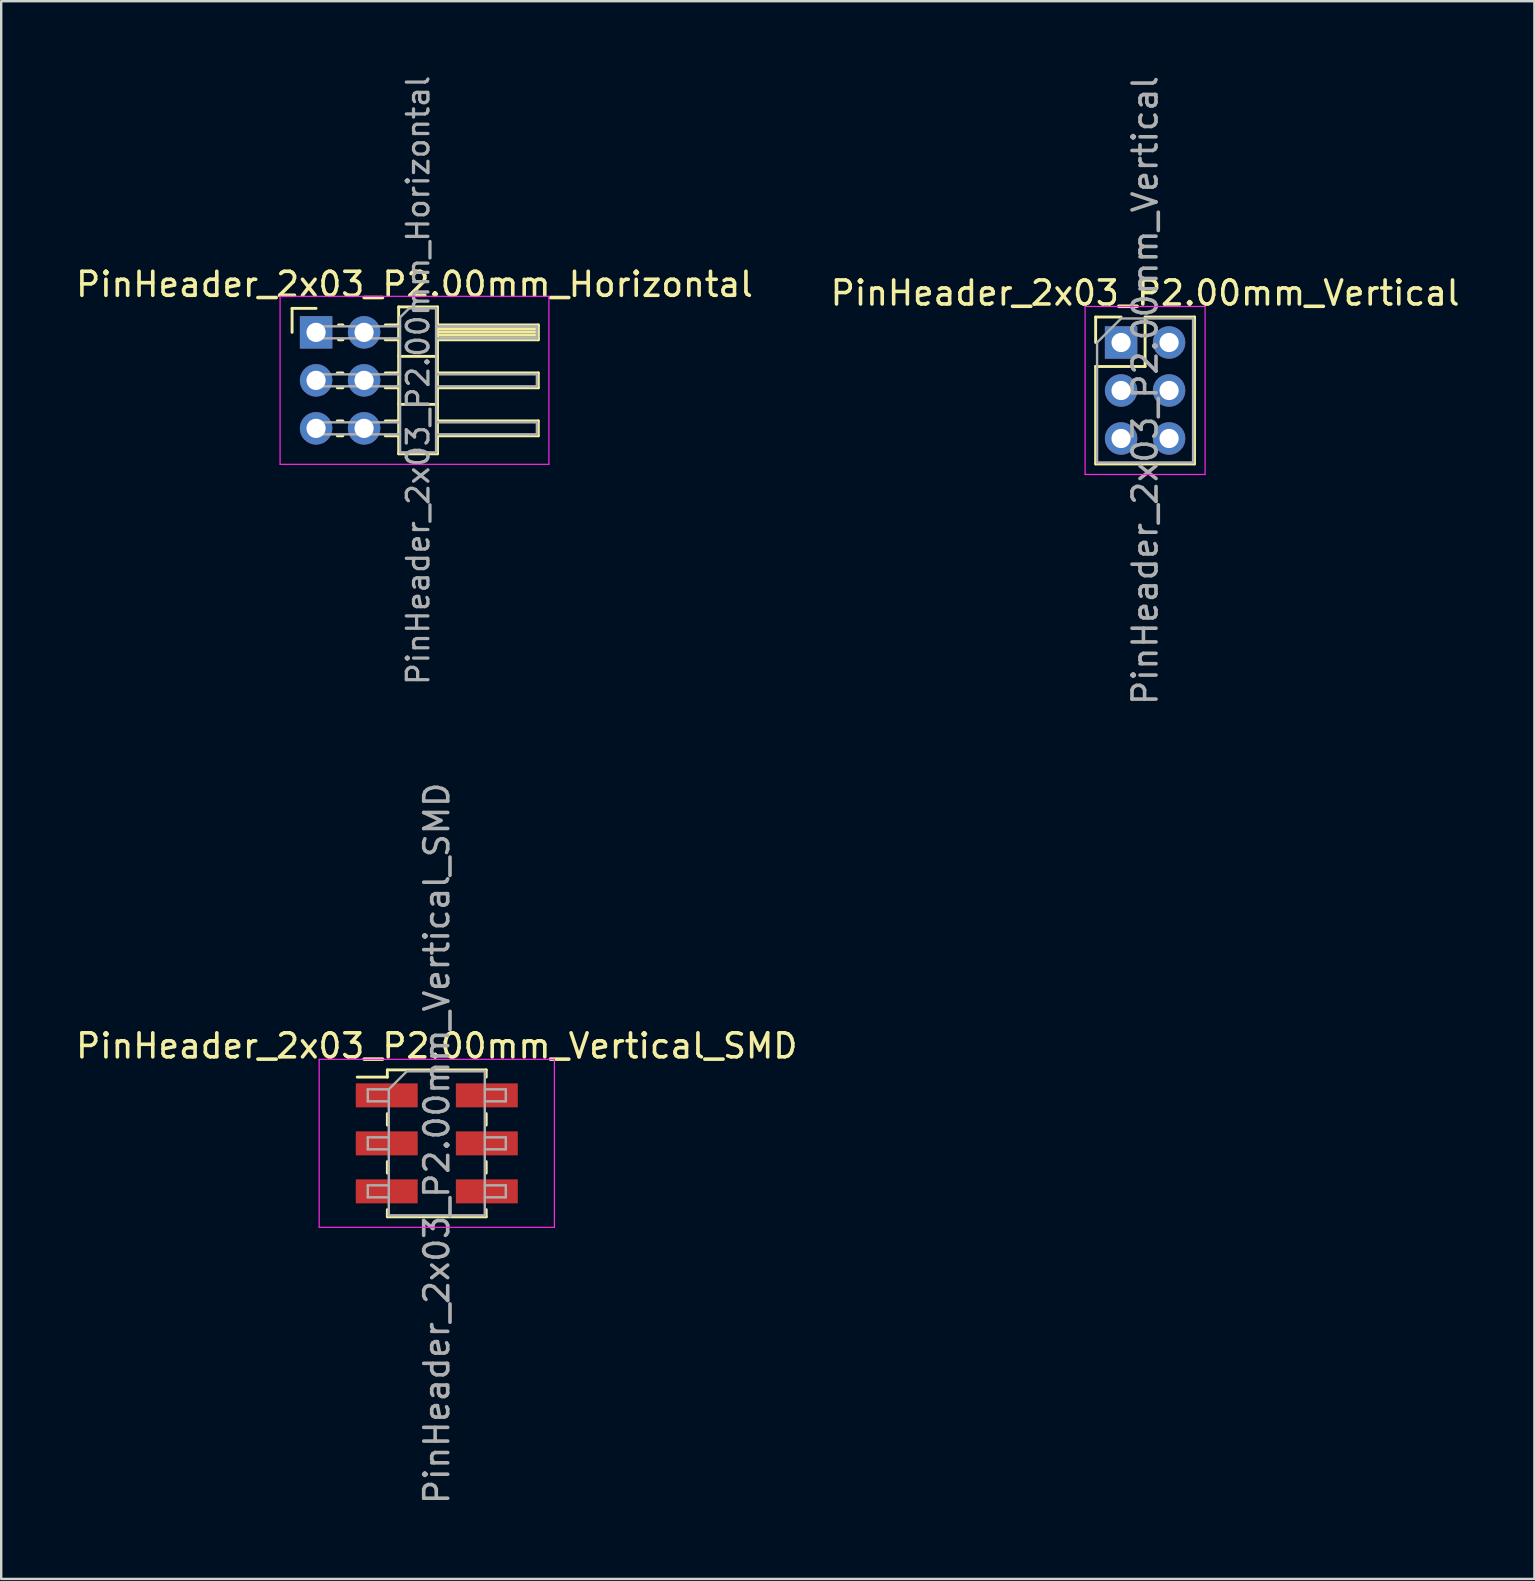
<source format=kicad_pcb>
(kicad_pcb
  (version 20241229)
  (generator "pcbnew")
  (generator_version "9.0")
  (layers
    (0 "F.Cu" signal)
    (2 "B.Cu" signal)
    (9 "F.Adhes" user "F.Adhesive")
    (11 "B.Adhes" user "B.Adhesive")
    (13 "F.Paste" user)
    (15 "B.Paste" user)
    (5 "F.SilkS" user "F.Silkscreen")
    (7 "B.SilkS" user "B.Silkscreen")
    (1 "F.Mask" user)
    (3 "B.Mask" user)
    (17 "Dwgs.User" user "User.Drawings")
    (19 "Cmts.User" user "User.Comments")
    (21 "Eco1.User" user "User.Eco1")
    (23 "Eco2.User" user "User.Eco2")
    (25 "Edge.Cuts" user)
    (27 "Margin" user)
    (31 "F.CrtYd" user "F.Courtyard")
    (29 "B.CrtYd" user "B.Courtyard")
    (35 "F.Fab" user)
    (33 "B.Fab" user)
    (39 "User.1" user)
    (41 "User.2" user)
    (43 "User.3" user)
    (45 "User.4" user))
  (footprint "PinHeader_2x03_P2.00mm_Horizontal"
    (layer "F.Cu")
    (at 10.12 10.798)
    (property "Reference" "PinHeader_2x03_P2.00mm_Horizontal" (at 4.1 -2 0) (layer "F.SilkS") (effects (font (size 1 1) (thickness 0.15))))
    (attr through_hole)
    (fp_line (start -1 -1) (end 0 -1) (stroke (width 0.12) (type solid)) (layer "F.SilkS"))
    (fp_line (start -1 0) (end -1 -1) (stroke (width 0.12) (type solid)) (layer "F.SilkS"))
    (fp_line (start 0.882 1.69) (end 1.118 1.69) (stroke (width 0.12) (type solid)) (layer "F.SilkS"))
    (fp_line (start 0.882 2.31) (end 1.118 2.31) (stroke (width 0.12) (type solid)) (layer "F.SilkS"))
    (fp_line (start 0.882 3.69) (end 1.118 3.69) (stroke (width 0.12) (type solid)) (layer "F.SilkS"))
    (fp_line (start 0.882 4.31) (end 1.118 4.31) (stroke (width 0.12) (type solid)) (layer "F.SilkS"))
    (fp_line (start 0.935 -0.31) (end 1.118 -0.31) (stroke (width 0.12) (type solid)) (layer "F.SilkS"))
    (fp_line (start 0.935 0.31) (end 1.118 0.31) (stroke (width 0.12) (type solid)) (layer "F.SilkS"))
    (fp_line (start 2.882 -0.31) (end 3.44 -0.31) (stroke (width 0.12) (type solid)) (layer "F.SilkS"))
    (fp_line (start 2.882 0.31) (end 3.44 0.31) (stroke (width 0.12) (type solid)) (layer "F.SilkS"))
    (fp_line (start 2.882 1.69) (end 3.44 1.69) (stroke (width 0.12) (type solid)) (layer "F.SilkS"))
    (fp_line (start 2.882 2.31) (end 3.44 2.31) (stroke (width 0.12) (type solid)) (layer "F.SilkS"))
    (fp_line (start 2.882 3.69) (end 3.44 3.69) (stroke (width 0.12) (type solid)) (layer "F.SilkS"))
    (fp_line (start 2.882 4.31) (end 3.44 4.31) (stroke (width 0.12) (type solid)) (layer "F.SilkS"))
    (fp_line (start 3.44 -1.06) (end 3.44 5.06) (stroke (width 0.12) (type solid)) (layer "F.SilkS"))
    (fp_line (start 3.44 1) (end 5.06 1) (stroke (width 0.12) (type solid)) (layer "F.SilkS"))
    (fp_line (start 3.44 3) (end 5.06 3) (stroke (width 0.12) (type solid)) (layer "F.SilkS"))
    (fp_line (start 3.44 5.06) (end 5.06 5.06) (stroke (width 0.12) (type solid)) (layer "F.SilkS"))
    (fp_line (start 5.06 -1.06) (end 3.44 -1.06) (stroke (width 0.12) (type solid)) (layer "F.SilkS"))
    (fp_line (start 5.06 -0.31) (end 9.26 -0.31) (stroke (width 0.12) (type solid)) (layer "F.SilkS"))
    (fp_line (start 5.06 -0.25) (end 9.26 -0.25) (stroke (width 0.12) (type solid)) (layer "F.SilkS"))
    (fp_line (start 5.06 -0.13) (end 9.26 -0.13) (stroke (width 0.12) (type solid)) (layer "F.SilkS"))
    (fp_line (start 5.06 -0.01) (end 9.26 -0.01) (stroke (width 0.12) (type solid)) (layer "F.SilkS"))
    (fp_line (start 5.06 0.11) (end 9.26 0.11) (stroke (width 0.12) (type solid)) (layer "F.SilkS"))
    (fp_line (start 5.06 0.23) (end 9.26 0.23) (stroke (width 0.12) (type solid)) (layer "F.SilkS"))
    (fp_line (start 5.06 1.69) (end 9.26 1.69) (stroke (width 0.12) (type solid)) (layer "F.SilkS"))
    (fp_line (start 5.06 3.69) (end 9.26 3.69) (stroke (width 0.12) (type solid)) (layer "F.SilkS"))
    (fp_line (start 5.06 5.06) (end 5.06 -1.06) (stroke (width 0.12) (type solid)) (layer "F.SilkS"))
    (fp_line (start 9.26 -0.31) (end 9.26 0.31) (stroke (width 0.12) (type solid)) (layer "F.SilkS"))
    (fp_line (start 9.26 0.31) (end 5.06 0.31) (stroke (width 0.12) (type solid)) (layer "F.SilkS"))
    (fp_line (start 9.26 1.69) (end 9.26 2.31) (stroke (width 0.12) (type solid)) (layer "F.SilkS"))
    (fp_line (start 9.26 2.31) (end 5.06 2.31) (stroke (width 0.12) (type solid)) (layer "F.SilkS"))
    (fp_line (start 9.26 3.69) (end 9.26 4.31) (stroke (width 0.12) (type solid)) (layer "F.SilkS"))
    (fp_line (start 9.26 4.31) (end 5.06 4.31) (stroke (width 0.12) (type solid)) (layer "F.SilkS"))
    (fp_line (start -1.5 -1.5) (end -1.5 5.5) (stroke (width 0.05) (type solid)) (layer "F.CrtYd"))
    (fp_line (start -1.5 5.5) (end 9.7 5.5) (stroke (width 0.05) (type solid)) (layer "F.CrtYd"))
    (fp_line (start 9.7 -1.5) (end -1.5 -1.5) (stroke (width 0.05) (type solid)) (layer "F.CrtYd"))
    (fp_line (start 9.7 5.5) (end 9.7 -1.5) (stroke (width 0.05) (type solid)) (layer "F.CrtYd"))
    (fp_line (start -0.25 -0.25) (end -0.25 0.25) (stroke (width 0.1) (type solid)) (layer "F.Fab"))
    (fp_line (start -0.25 -0.25) (end 3.5 -0.25) (stroke (width 0.1) (type solid)) (layer "F.Fab"))
    (fp_line (start -0.25 0.25) (end 3.5 0.25) (stroke (width 0.1) (type solid)) (layer "F.Fab"))
    (fp_line (start -0.25 1.75) (end -0.25 2.25) (stroke (width 0.1) (type solid)) (layer "F.Fab"))
    (fp_line (start -0.25 1.75) (end 3.5 1.75) (stroke (width 0.1) (type solid)) (layer "F.Fab"))
    (fp_line (start -0.25 2.25) (end 3.5 2.25) (stroke (width 0.1) (type solid)) (layer "F.Fab"))
    (fp_line (start -0.25 3.75) (end -0.25 4.25) (stroke (width 0.1) (type solid)) (layer "F.Fab"))
    (fp_line (start -0.25 3.75) (end 3.5 3.75) (stroke (width 0.1) (type solid)) (layer "F.Fab"))
    (fp_line (start -0.25 4.25) (end 3.5 4.25) (stroke (width 0.1) (type solid)) (layer "F.Fab"))
    (fp_line (start 3.5 -0.625) (end 3.875 -1) (stroke (width 0.1) (type solid)) (layer "F.Fab"))
    (fp_line (start 3.5 5) (end 3.5 -0.625) (stroke (width 0.1) (type solid)) (layer "F.Fab"))
    (fp_line (start 3.875 -1) (end 5 -1) (stroke (width 0.1) (type solid)) (layer "F.Fab"))
    (fp_line (start 5 -1) (end 5 5) (stroke (width 0.1) (type solid)) (layer "F.Fab"))
    (fp_line (start 5 -0.25) (end 9.2 -0.25) (stroke (width 0.1) (type solid)) (layer "F.Fab"))
    (fp_line (start 5 0.25) (end 9.2 0.25) (stroke (width 0.1) (type solid)) (layer "F.Fab"))
    (fp_line (start 5 1.75) (end 9.2 1.75) (stroke (width 0.1) (type solid)) (layer "F.Fab"))
    (fp_line (start 5 2.25) (end 9.2 2.25) (stroke (width 0.1) (type solid)) (layer "F.Fab"))
    (fp_line (start 5 3.75) (end 9.2 3.75) (stroke (width 0.1) (type solid)) (layer "F.Fab"))
    (fp_line (start 5 4.25) (end 9.2 4.25) (stroke (width 0.1) (type solid)) (layer "F.Fab"))
    (fp_line (start 5 5) (end 3.5 5) (stroke (width 0.1) (type solid)) (layer "F.Fab"))
    (fp_line (start 9.2 -0.25) (end 9.2 0.25) (stroke (width 0.1) (type solid)) (layer "F.Fab"))
    (fp_line (start 9.2 1.75) (end 9.2 2.25) (stroke (width 0.1) (type solid)) (layer "F.Fab"))
    (fp_line (start 9.2 3.75) (end 9.2 4.25) (stroke (width 0.1) (type solid)) (layer "F.Fab"))
    (fp_text user "${REFERENCE}" (at 4.25 2 90) (layer "F.Fab") (effects (font (size 0.9 0.9) (thickness 0.135))))
    (pad "1" thru_hole rect (at 0 0) (size 1.35 1.35) (drill 0.8) (layers "*.Cu" "*.Mask"))
    (pad "2" thru_hole oval (at 2 0) (size 1.35 1.35) (drill 0.8) (layers "*.Cu" "*.Mask"))
    (pad "3" thru_hole oval (at 0 2) (size 1.35 1.35) (drill 0.8) (layers "*.Cu" "*.Mask"))
    (pad "4" thru_hole oval (at 2 2) (size 1.35 1.35) (drill 0.8) (layers "*.Cu" "*.Mask"))
    (pad "5" thru_hole oval (at 0 4) (size 1.35 1.35) (drill 0.8) (layers "*.Cu" "*.Mask"))
    (pad "6" thru_hole oval (at 2 4) (size 1.35 1.35) (drill 0.8) (layers "*.Cu" "*.Mask")))
  (footprint "PinHeader_2x03_P2.00mm_Vertical"
    (layer "F.Cu")
    (at 43.661 11.22)
    (property "Reference" "PinHeader_2x03_P2.00mm_Vertical" (at 1 -2.06 0) (layer "F.SilkS") (effects (font (size 1 1) (thickness 0.15))))
    (attr through_hole)
    (fp_line (start -1.06 -1.06) (end 0 -1.06) (stroke (width 0.12) (type solid)) (layer "F.SilkS"))
    (fp_line (start -1.06 0) (end -1.06 -1.06) (stroke (width 0.12) (type solid)) (layer "F.SilkS"))
    (fp_line (start -1.06 1) (end -1.06 5.06) (stroke (width 0.12) (type solid)) (layer "F.SilkS"))
    (fp_line (start -1.06 1) (end 1 1) (stroke (width 0.12) (type solid)) (layer "F.SilkS"))
    (fp_line (start -1.06 5.06) (end 3.06 5.06) (stroke (width 0.12) (type solid)) (layer "F.SilkS"))
    (fp_line (start 1 -1.06) (end 3.06 -1.06) (stroke (width 0.12) (type solid)) (layer "F.SilkS"))
    (fp_line (start 1 1) (end 1 -1.06) (stroke (width 0.12) (type solid)) (layer "F.SilkS"))
    (fp_line (start 3.06 -1.06) (end 3.06 5.06) (stroke (width 0.12) (type solid)) (layer "F.SilkS"))
    (fp_line (start -1.5 -1.5) (end -1.5 5.5) (stroke (width 0.05) (type solid)) (layer "F.CrtYd"))
    (fp_line (start -1.5 5.5) (end 3.5 5.5) (stroke (width 0.05) (type solid)) (layer "F.CrtYd"))
    (fp_line (start 3.5 -1.5) (end -1.5 -1.5) (stroke (width 0.05) (type solid)) (layer "F.CrtYd"))
    (fp_line (start 3.5 5.5) (end 3.5 -1.5) (stroke (width 0.05) (type solid)) (layer "F.CrtYd"))
    (fp_line (start -1 0) (end 0 -1) (stroke (width 0.1) (type solid)) (layer "F.Fab"))
    (fp_line (start -1 5) (end -1 0) (stroke (width 0.1) (type solid)) (layer "F.Fab"))
    (fp_line (start 0 -1) (end 3 -1) (stroke (width 0.1) (type solid)) (layer "F.Fab"))
    (fp_line (start 3 -1) (end 3 5) (stroke (width 0.1) (type solid)) (layer "F.Fab"))
    (fp_line (start 3 5) (end -1 5) (stroke (width 0.1) (type solid)) (layer "F.Fab"))
    (fp_text user "${REFERENCE}" (at 1 2 90) (layer "F.Fab") (effects (font (size 1 1) (thickness 0.15))))
    (pad "1" thru_hole rect (at 0 0) (size 1.35 1.35) (drill 0.8) (layers "*.Cu" "*.Mask"))
    (pad "2" thru_hole oval (at 2 0) (size 1.35 1.35) (drill 0.8) (layers "*.Cu" "*.Mask"))
    (pad "3" thru_hole oval (at 0 2) (size 1.35 1.35) (drill 0.8) (layers "*.Cu" "*.Mask"))
    (pad "4" thru_hole oval (at 2 2) (size 1.35 1.35) (drill 0.8) (layers "*.Cu" "*.Mask"))
    (pad "5" thru_hole oval (at 0 4) (size 1.35 1.35) (drill 0.8) (layers "*.Cu" "*.Mask"))
    (pad "6" thru_hole oval (at 2 4) (size 1.35 1.35) (drill 0.8) (layers "*.Cu" "*.Mask")))
  (footprint "PinHeader_2x03_P2.00mm_Vertical_SMD"
    (layer "F.Cu")
    (at 15.149 44.589)
    (property "Reference" "PinHeader_2x03_P2.00mm_Vertical_SMD" (at 0 -4.06 0) (layer "F.SilkS") (effects (font (size 1 1) (thickness 0.15))))
    (attr smd)
    (fp_line (start -3.315 -2.76) (end -2.06 -2.76) (stroke (width 0.12) (type solid)) (layer "F.SilkS"))
    (fp_line (start -2.06 -3.06) (end -2.06 -2.76) (stroke (width 0.12) (type solid)) (layer "F.SilkS"))
    (fp_line (start -2.06 -3.06) (end 2.06 -3.06) (stroke (width 0.12) (type solid)) (layer "F.SilkS"))
    (fp_line (start -2.06 -1.24) (end -2.06 -0.76) (stroke (width 0.12) (type solid)) (layer "F.SilkS"))
    (fp_line (start -2.06 0.76) (end -2.06 1.24) (stroke (width 0.12) (type solid)) (layer "F.SilkS"))
    (fp_line (start -2.06 2.76) (end -2.06 3.06) (stroke (width 0.12) (type solid)) (layer "F.SilkS"))
    (fp_line (start -2.06 3.06) (end 2.06 3.06) (stroke (width 0.12) (type solid)) (layer "F.SilkS"))
    (fp_line (start 2.06 -3.06) (end 2.06 -2.76) (stroke (width 0.12) (type solid)) (layer "F.SilkS"))
    (fp_line (start 2.06 -1.24) (end 2.06 -0.76) (stroke (width 0.12) (type solid)) (layer "F.SilkS"))
    (fp_line (start 2.06 0.76) (end 2.06 1.24) (stroke (width 0.12) (type solid)) (layer "F.SilkS"))
    (fp_line (start 2.06 2.76) (end 2.06 3.06) (stroke (width 0.12) (type solid)) (layer "F.SilkS"))
    (fp_line (start -4.9 -3.5) (end -4.9 3.5) (stroke (width 0.05) (type solid)) (layer "F.CrtYd"))
    (fp_line (start -4.9 3.5) (end 4.9 3.5) (stroke (width 0.05) (type solid)) (layer "F.CrtYd"))
    (fp_line (start 4.9 -3.5) (end -4.9 -3.5) (stroke (width 0.05) (type solid)) (layer "F.CrtYd"))
    (fp_line (start 4.9 3.5) (end 4.9 -3.5) (stroke (width 0.05) (type solid)) (layer "F.CrtYd"))
    (fp_line (start -2.875 -2.25) (end -2.875 -1.75) (stroke (width 0.1) (type solid)) (layer "F.Fab"))
    (fp_line (start -2.875 -1.75) (end -2 -1.75) (stroke (width 0.1) (type solid)) (layer "F.Fab"))
    (fp_line (start -2.875 -0.25) (end -2.875 0.25) (stroke (width 0.1) (type solid)) (layer "F.Fab"))
    (fp_line (start -2.875 0.25) (end -2 0.25) (stroke (width 0.1) (type solid)) (layer "F.Fab"))
    (fp_line (start -2.875 1.75) (end -2.875 2.25) (stroke (width 0.1) (type solid)) (layer "F.Fab"))
    (fp_line (start -2.875 2.25) (end -2 2.25) (stroke (width 0.1) (type solid)) (layer "F.Fab"))
    (fp_line (start -2 -2.25) (end -2.875 -2.25) (stroke (width 0.1) (type solid)) (layer "F.Fab"))
    (fp_line (start -2 -2.25) (end -1.25 -3) (stroke (width 0.1) (type solid)) (layer "F.Fab"))
    (fp_line (start -2 -0.25) (end -2.875 -0.25) (stroke (width 0.1) (type solid)) (layer "F.Fab"))
    (fp_line (start -2 1.75) (end -2.875 1.75) (stroke (width 0.1) (type solid)) (layer "F.Fab"))
    (fp_line (start -2 3) (end -2 -2.25) (stroke (width 0.1) (type solid)) (layer "F.Fab"))
    (fp_line (start -1.25 -3) (end 2 -3) (stroke (width 0.1) (type solid)) (layer "F.Fab"))
    (fp_line (start 2 -3) (end 2 3) (stroke (width 0.1) (type solid)) (layer "F.Fab"))
    (fp_line (start 2 -2.25) (end 2.875 -2.25) (stroke (width 0.1) (type solid)) (layer "F.Fab"))
    (fp_line (start 2 -0.25) (end 2.875 -0.25) (stroke (width 0.1) (type solid)) (layer "F.Fab"))
    (fp_line (start 2 1.75) (end 2.875 1.75) (stroke (width 0.1) (type solid)) (layer "F.Fab"))
    (fp_line (start 2 3) (end -2 3) (stroke (width 0.1) (type solid)) (layer "F.Fab"))
    (fp_line (start 2.875 -2.25) (end 2.875 -1.75) (stroke (width 0.1) (type solid)) (layer "F.Fab"))
    (fp_line (start 2.875 -1.75) (end 2 -1.75) (stroke (width 0.1) (type solid)) (layer "F.Fab"))
    (fp_line (start 2.875 -0.25) (end 2.875 0.25) (stroke (width 0.1) (type solid)) (layer "F.Fab"))
    (fp_line (start 2.875 0.25) (end 2 0.25) (stroke (width 0.1) (type solid)) (layer "F.Fab"))
    (fp_line (start 2.875 1.75) (end 2.875 2.25) (stroke (width 0.1) (type solid)) (layer "F.Fab"))
    (fp_line (start 2.875 2.25) (end 2 2.25) (stroke (width 0.1) (type solid)) (layer "F.Fab"))
    (fp_text user "${REFERENCE}" (at 0 0 90) (layer "F.Fab") (effects (font (size 1 1) (thickness 0.15))))
    (pad "1" smd rect (at -2.085 -2) (size 2.58 1) (layers "F.Cu" "F.Mask" "F.Paste"))
    (pad "2" smd rect (at 2.085 -2) (size 2.58 1) (layers "F.Cu" "F.Mask" "F.Paste"))
    (pad "3" smd rect (at -2.085 0) (size 2.58 1) (layers "F.Cu" "F.Mask" "F.Paste"))
    (pad "4" smd rect (at 2.085 0) (size 2.58 1) (layers "F.Cu" "F.Mask" "F.Paste"))
    (pad "5" smd rect (at -2.085 2) (size 2.58 1) (layers "F.Cu" "F.Mask" "F.Paste"))
    (pad "6" smd rect (at 2.085 2) (size 2.58 1) (layers "F.Cu" "F.Mask" "F.Paste")))
  (gr_rect
    (start -3 -3)
    (end 60.881 62.738)
    (stroke (width 0.1) (type default))
    (fill no)
    (layer "Edge.Cuts")))
</source>
